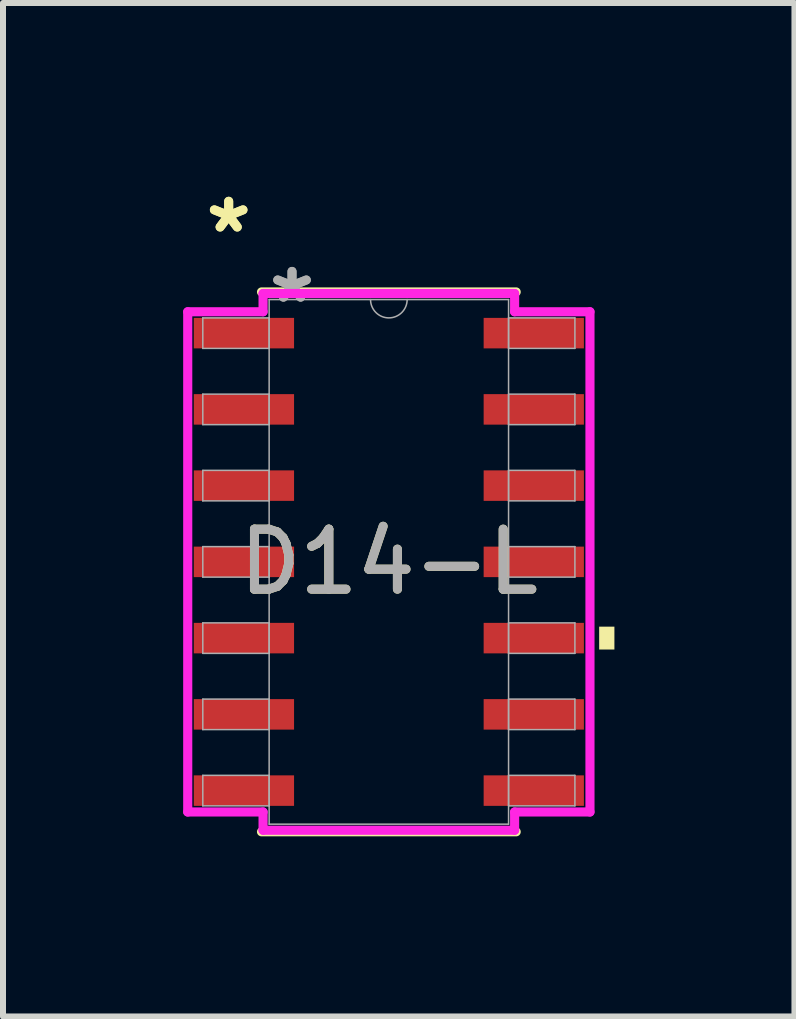
<source format=kicad_pcb>
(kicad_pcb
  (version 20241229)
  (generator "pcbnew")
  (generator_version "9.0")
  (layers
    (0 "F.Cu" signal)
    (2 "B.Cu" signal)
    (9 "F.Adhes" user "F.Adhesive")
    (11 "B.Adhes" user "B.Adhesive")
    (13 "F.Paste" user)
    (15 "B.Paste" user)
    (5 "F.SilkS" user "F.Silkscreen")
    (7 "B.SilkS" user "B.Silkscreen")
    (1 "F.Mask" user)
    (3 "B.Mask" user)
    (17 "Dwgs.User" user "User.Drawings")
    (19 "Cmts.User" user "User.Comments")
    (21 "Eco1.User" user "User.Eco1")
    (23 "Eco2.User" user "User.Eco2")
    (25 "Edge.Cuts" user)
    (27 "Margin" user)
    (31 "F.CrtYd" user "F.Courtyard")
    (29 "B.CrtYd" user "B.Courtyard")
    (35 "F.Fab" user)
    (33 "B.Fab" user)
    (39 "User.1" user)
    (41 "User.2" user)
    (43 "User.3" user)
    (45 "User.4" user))
  (footprint "D14-L"
    (layer "F.Cu")
    (at 3.427 6.309)
    (property "Reference" "D14-L" (at 0 0 0) (unlocked yes) (layer "F.SilkS") (effects (font (size 1 1) (thickness 0.15))))
    (attr smd)
    (fp_line (start -2.121 4.496) (end 2.121 4.496) (stroke (width 0.152) (type solid)) (layer "F.SilkS"))
    (fp_line (start 2.121 -4.496) (end -2.121 -4.496) (stroke (width 0.152) (type solid)) (layer "F.SilkS"))
    (fp_poly (pts (xy 3.757 1.079) (xy 3.757 1.46) (xy 3.503 1.46) (xy 3.503 1.079)) (stroke (width 0) (type solid)) (fill yes) (layer "F.SilkS"))
    (fp_line (start -3.35 -4.166) (end -2.095 -4.166) (stroke (width 0.152) (type solid)) (layer "F.CrtYd"))
    (fp_line (start -3.35 4.166) (end -3.35 -4.166) (stroke (width 0.152) (type solid)) (layer "F.CrtYd"))
    (fp_line (start -3.35 4.166) (end -2.095 4.166) (stroke (width 0.152) (type solid)) (layer "F.CrtYd"))
    (fp_line (start -2.095 -4.47) (end 2.095 -4.47) (stroke (width 0.152) (type solid)) (layer "F.CrtYd"))
    (fp_line (start -2.095 -4.166) (end -2.095 -4.47) (stroke (width 0.152) (type solid)) (layer "F.CrtYd"))
    (fp_line (start -2.095 4.47) (end -2.095 4.166) (stroke (width 0.152) (type solid)) (layer "F.CrtYd"))
    (fp_line (start 2.095 -4.47) (end 2.095 -4.166) (stroke (width 0.152) (type solid)) (layer "F.CrtYd"))
    (fp_line (start 2.095 4.166) (end 2.095 4.47) (stroke (width 0.152) (type solid)) (layer "F.CrtYd"))
    (fp_line (start 2.095 4.47) (end -2.095 4.47) (stroke (width 0.152) (type solid)) (layer "F.CrtYd"))
    (fp_line (start 3.35 -4.166) (end 2.095 -4.166) (stroke (width 0.152) (type solid)) (layer "F.CrtYd"))
    (fp_line (start 3.35 -4.166) (end 3.35 4.166) (stroke (width 0.152) (type solid)) (layer "F.CrtYd"))
    (fp_line (start 3.35 4.166) (end 2.095 4.166) (stroke (width 0.152) (type solid)) (layer "F.CrtYd"))
    (fp_line (start -3.099 -4.064) (end -3.099 -3.556) (stroke (width 0.025) (type solid)) (layer "F.Fab"))
    (fp_line (start -3.099 -3.556) (end -1.994 -3.556) (stroke (width 0.025) (type solid)) (layer "F.Fab"))
    (fp_line (start -3.099 -2.794) (end -3.099 -2.286) (stroke (width 0.025) (type solid)) (layer "F.Fab"))
    (fp_line (start -3.099 -2.286) (end -1.994 -2.286) (stroke (width 0.025) (type solid)) (layer "F.Fab"))
    (fp_line (start -3.099 -1.524) (end -3.099 -1.016) (stroke (width 0.025) (type solid)) (layer "F.Fab"))
    (fp_line (start -3.099 -1.016) (end -1.994 -1.016) (stroke (width 0.025) (type solid)) (layer "F.Fab"))
    (fp_line (start -3.099 -0.254) (end -3.099 0.254) (stroke (width 0.025) (type solid)) (layer "F.Fab"))
    (fp_line (start -3.099 0.254) (end -1.994 0.254) (stroke (width 0.025) (type solid)) (layer "F.Fab"))
    (fp_line (start -3.099 1.016) (end -3.099 1.524) (stroke (width 0.025) (type solid)) (layer "F.Fab"))
    (fp_line (start -3.099 1.524) (end -1.994 1.524) (stroke (width 0.025) (type solid)) (layer "F.Fab"))
    (fp_line (start -3.099 2.286) (end -3.099 2.794) (stroke (width 0.025) (type solid)) (layer "F.Fab"))
    (fp_line (start -3.099 2.794) (end -1.994 2.794) (stroke (width 0.025) (type solid)) (layer "F.Fab"))
    (fp_line (start -3.099 3.556) (end -3.099 4.064) (stroke (width 0.025) (type solid)) (layer "F.Fab"))
    (fp_line (start -3.099 4.064) (end -1.994 4.064) (stroke (width 0.025) (type solid)) (layer "F.Fab"))
    (fp_line (start -1.994 -4.369) (end -1.994 4.369) (stroke (width 0.025) (type solid)) (layer "F.Fab"))
    (fp_line (start -1.994 -4.064) (end -3.099 -4.064) (stroke (width 0.025) (type solid)) (layer "F.Fab"))
    (fp_line (start -1.994 -3.556) (end -1.994 -4.064) (stroke (width 0.025) (type solid)) (layer "F.Fab"))
    (fp_line (start -1.994 -2.794) (end -3.099 -2.794) (stroke (width 0.025) (type solid)) (layer "F.Fab"))
    (fp_line (start -1.994 -2.286) (end -1.994 -2.794) (stroke (width 0.025) (type solid)) (layer "F.Fab"))
    (fp_line (start -1.994 -1.524) (end -3.099 -1.524) (stroke (width 0.025) (type solid)) (layer "F.Fab"))
    (fp_line (start -1.994 -1.016) (end -1.994 -1.524) (stroke (width 0.025) (type solid)) (layer "F.Fab"))
    (fp_line (start -1.994 -0.254) (end -3.099 -0.254) (stroke (width 0.025) (type solid)) (layer "F.Fab"))
    (fp_line (start -1.994 0.254) (end -1.994 -0.254) (stroke (width 0.025) (type solid)) (layer "F.Fab"))
    (fp_line (start -1.994 1.016) (end -3.099 1.016) (stroke (width 0.025) (type solid)) (layer "F.Fab"))
    (fp_line (start -1.994 1.524) (end -1.994 1.016) (stroke (width 0.025) (type solid)) (layer "F.Fab"))
    (fp_line (start -1.994 2.286) (end -3.099 2.286) (stroke (width 0.025) (type solid)) (layer "F.Fab"))
    (fp_line (start -1.994 2.794) (end -1.994 2.286) (stroke (width 0.025) (type solid)) (layer "F.Fab"))
    (fp_line (start -1.994 3.556) (end -3.099 3.556) (stroke (width 0.025) (type solid)) (layer "F.Fab"))
    (fp_line (start -1.994 4.064) (end -1.994 3.556) (stroke (width 0.025) (type solid)) (layer "F.Fab"))
    (fp_line (start -1.994 4.369) (end 1.994 4.369) (stroke (width 0.025) (type solid)) (layer "F.Fab"))
    (fp_line (start 1.994 -4.369) (end -1.994 -4.369) (stroke (width 0.025) (type solid)) (layer "F.Fab"))
    (fp_line (start 1.994 -4.064) (end 1.994 -3.556) (stroke (width 0.025) (type solid)) (layer "F.Fab"))
    (fp_line (start 1.994 -3.556) (end 3.099 -3.556) (stroke (width 0.025) (type solid)) (layer "F.Fab"))
    (fp_line (start 1.994 -2.794) (end 1.994 -2.286) (stroke (width 0.025) (type solid)) (layer "F.Fab"))
    (fp_line (start 1.994 -2.286) (end 3.099 -2.286) (stroke (width 0.025) (type solid)) (layer "F.Fab"))
    (fp_line (start 1.994 -1.524) (end 1.994 -1.016) (stroke (width 0.025) (type solid)) (layer "F.Fab"))
    (fp_line (start 1.994 -1.016) (end 3.099 -1.016) (stroke (width 0.025) (type solid)) (layer "F.Fab"))
    (fp_line (start 1.994 -0.254) (end 1.994 0.254) (stroke (width 0.025) (type solid)) (layer "F.Fab"))
    (fp_line (start 1.994 0.254) (end 3.099 0.254) (stroke (width 0.025) (type solid)) (layer "F.Fab"))
    (fp_line (start 1.994 1.016) (end 1.994 1.524) (stroke (width 0.025) (type solid)) (layer "F.Fab"))
    (fp_line (start 1.994 1.524) (end 3.099 1.524) (stroke (width 0.025) (type solid)) (layer "F.Fab"))
    (fp_line (start 1.994 2.286) (end 1.994 2.794) (stroke (width 0.025) (type solid)) (layer "F.Fab"))
    (fp_line (start 1.994 2.794) (end 3.099 2.794) (stroke (width 0.025) (type solid)) (layer "F.Fab"))
    (fp_line (start 1.994 3.556) (end 1.994 4.064) (stroke (width 0.025) (type solid)) (layer "F.Fab"))
    (fp_line (start 1.994 4.064) (end 3.099 4.064) (stroke (width 0.025) (type solid)) (layer "F.Fab"))
    (fp_line (start 1.994 4.369) (end 1.994 -4.369) (stroke (width 0.025) (type solid)) (layer "F.Fab"))
    (fp_line (start 3.099 -4.064) (end 1.994 -4.064) (stroke (width 0.025) (type solid)) (layer "F.Fab"))
    (fp_line (start 3.099 -3.556) (end 3.099 -4.064) (stroke (width 0.025) (type solid)) (layer "F.Fab"))
    (fp_line (start 3.099 -2.794) (end 1.994 -2.794) (stroke (width 0.025) (type solid)) (layer "F.Fab"))
    (fp_line (start 3.099 -2.286) (end 3.099 -2.794) (stroke (width 0.025) (type solid)) (layer "F.Fab"))
    (fp_line (start 3.099 -1.524) (end 1.994 -1.524) (stroke (width 0.025) (type solid)) (layer "F.Fab"))
    (fp_line (start 3.099 -1.016) (end 3.099 -1.524) (stroke (width 0.025) (type solid)) (layer "F.Fab"))
    (fp_line (start 3.099 -0.254) (end 1.994 -0.254) (stroke (width 0.025) (type solid)) (layer "F.Fab"))
    (fp_line (start 3.099 0.254) (end 3.099 -0.254) (stroke (width 0.025) (type solid)) (layer "F.Fab"))
    (fp_line (start 3.099 1.016) (end 1.994 1.016) (stroke (width 0.025) (type solid)) (layer "F.Fab"))
    (fp_line (start 3.099 1.524) (end 3.099 1.016) (stroke (width 0.025) (type solid)) (layer "F.Fab"))
    (fp_line (start 3.099 2.286) (end 1.994 2.286) (stroke (width 0.025) (type solid)) (layer "F.Fab"))
    (fp_line (start 3.099 2.794) (end 3.099 2.286) (stroke (width 0.025) (type solid)) (layer "F.Fab"))
    (fp_line (start 3.099 3.556) (end 1.994 3.556) (stroke (width 0.025) (type solid)) (layer "F.Fab"))
    (fp_line (start 3.099 4.064) (end 3.099 3.556) (stroke (width 0.025) (type solid)) (layer "F.Fab"))
    (fp_arc (start 0.3048 -4.3688) (mid 0 -4.064) (end -0.3048 -4.3688) (stroke (width 0.0254) (type solid)) (layer "F.Fab"))
    (fp_text user "*" (at -2.668 -5.461 0) (layer "F.SilkS") (effects (font (size 1 1) (thickness 0.15))))
    (fp_text user "*" (at -2.668 -5.461 0) (unlocked yes) (layer "F.SilkS") (effects (font (size 1 1) (thickness 0.15))))
    (fp_text user "*" (at -1.613 -4.293 0) (layer "F.Fab") (effects (font (size 1 1) (thickness 0.15))))
    (fp_text user "${REFERENCE}" (at 0 0 0) (unlocked yes) (layer "F.Fab") (effects (font (size 1 1) (thickness 0.15))))
    (fp_text user "*" (at -1.613 -4.293 0) (unlocked yes) (layer "F.Fab") (effects (font (size 1 1) (thickness 0.15))))
    (pad "1" smd rect (at -2.414 -3.81) (size 1.67 0.508) (layers "F.Cu" "F.Mask" "F.Paste"))
    (pad "2" smd rect (at -2.414 -2.54) (size 1.67 0.508) (layers "F.Cu" "F.Mask" "F.Paste"))
    (pad "3" smd rect (at -2.414 -1.27) (size 1.67 0.508) (layers "F.Cu" "F.Mask" "F.Paste"))
    (pad "4" smd rect (at -2.414 0) (size 1.67 0.508) (layers "F.Cu" "F.Mask" "F.Paste"))
    (pad "5" smd rect (at -2.414 1.27) (size 1.67 0.508) (layers "F.Cu" "F.Mask" "F.Paste"))
    (pad "6" smd rect (at -2.414 2.54) (size 1.67 0.508) (layers "F.Cu" "F.Mask" "F.Paste"))
    (pad "7" smd rect (at -2.414 3.81) (size 1.67 0.508) (layers "F.Cu" "F.Mask" "F.Paste"))
    (pad "8" smd rect (at 2.414 3.81) (size 1.67 0.508) (layers "F.Cu" "F.Mask" "F.Paste"))
    (pad "9" smd rect (at 2.414 2.54) (size 1.67 0.508) (layers "F.Cu" "F.Mask" "F.Paste"))
    (pad "10" smd rect (at 2.414 1.27) (size 1.67 0.508) (layers "F.Cu" "F.Mask" "F.Paste"))
    (pad "11" smd rect (at 2.414 0) (size 1.67 0.508) (layers "F.Cu" "F.Mask" "F.Paste"))
    (pad "12" smd rect (at 2.414 -1.27) (size 1.67 0.508) (layers "F.Cu" "F.Mask" "F.Paste"))
    (pad "13" smd rect (at 2.414 -2.54) (size 1.67 0.508) (layers "F.Cu" "F.Mask" "F.Paste"))
    (pad "14" smd rect (at 2.414 -3.81) (size 1.67 0.508) (layers "F.Cu" "F.Mask" "F.Paste")))
  (gr_rect
    (start -3 -3)
    (end 10.183 13.881)
    (stroke (width 0.1) (type default))
    (fill no)
    (layer "Edge.Cuts")))
</source>
